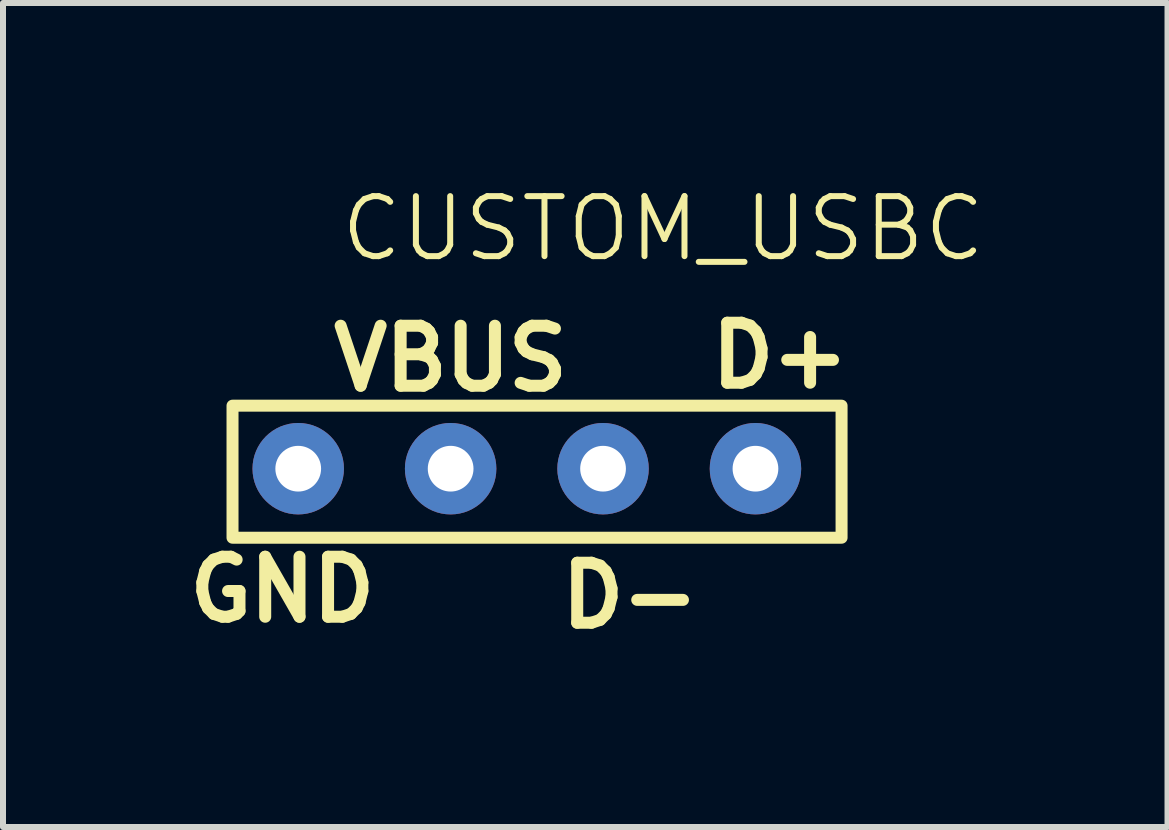
<source format=kicad_pcb>
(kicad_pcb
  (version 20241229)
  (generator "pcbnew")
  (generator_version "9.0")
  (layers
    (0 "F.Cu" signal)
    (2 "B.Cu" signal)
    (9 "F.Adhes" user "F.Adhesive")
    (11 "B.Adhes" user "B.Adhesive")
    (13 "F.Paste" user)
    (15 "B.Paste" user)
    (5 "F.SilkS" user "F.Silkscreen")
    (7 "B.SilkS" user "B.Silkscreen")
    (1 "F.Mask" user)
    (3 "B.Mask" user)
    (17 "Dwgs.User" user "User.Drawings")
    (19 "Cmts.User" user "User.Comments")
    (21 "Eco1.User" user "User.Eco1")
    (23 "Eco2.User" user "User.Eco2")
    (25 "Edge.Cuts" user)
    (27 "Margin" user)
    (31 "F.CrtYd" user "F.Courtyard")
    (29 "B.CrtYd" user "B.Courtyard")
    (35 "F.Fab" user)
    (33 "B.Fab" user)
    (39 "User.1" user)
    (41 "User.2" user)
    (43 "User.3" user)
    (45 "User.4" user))
  (footprint "CUSTOM_USBC"
    (layer "F.Cu")
    (at 7 4.761)
    (property "Reference" "CUSTOM_USBC" (at 1 -4 0) (unlocked yes) (layer "F.SilkS") (effects (font (size 1 1) (thickness 0.1))))
    (attr through_hole)
    (fp_rect (start -6.175 -1.05) (end 3.975 1.15) (stroke (width 0.2) (type default)) (fill no) (layer "F.SilkS"))
    (fp_text user "D-" (at -0.8 2.7 0) (unlocked yes) (layer "F.SilkS") (effects (font (size 1 1) (thickness 0.2) (bold yes)) (justify left bottom)))
    (fp_text user "D+" (at 1.7 -1.3 0) (unlocked yes) (layer "F.SilkS") (effects (font (size 1 1) (thickness 0.2) (bold yes)) (justify left bottom)))
    (fp_text user "VBUS" (at -4.6 -1.25 0) (unlocked yes) (layer "F.SilkS") (effects (font (size 1 1) (thickness 0.2) (bold yes)) (justify left bottom)))
    (fp_text user "GND" (at -7 2.6 0) (unlocked yes) (layer "F.SilkS") (effects (font (size 1 1) (thickness 0.2) (bold yes)) (justify left bottom)))
    (pad "1" thru_hole circle (at -5.08 0) (size 1.524 1.524) (drill 0.762) (layers "*.Cu" "*.Mask"))
    (pad "2" thru_hole circle (at -2.54 0) (size 1.524 1.524) (drill 0.762) (layers "*.Cu" "*.Mask"))
    (pad "3" thru_hole circle (at 0 0) (size 1.524 1.524) (drill 0.762) (layers "*.Cu" "*.Mask"))
    (pad "4" thru_hole circle (at 2.54 0) (size 1.524 1.524) (drill 0.762) (layers "*.Cu" "*.Mask")))
  (gr_rect
    (start -3 -3)
    (end 16.407 10.732)
    (stroke (width 0.1) (type default))
    (fill no)
    (layer "Edge.Cuts")))
</source>
